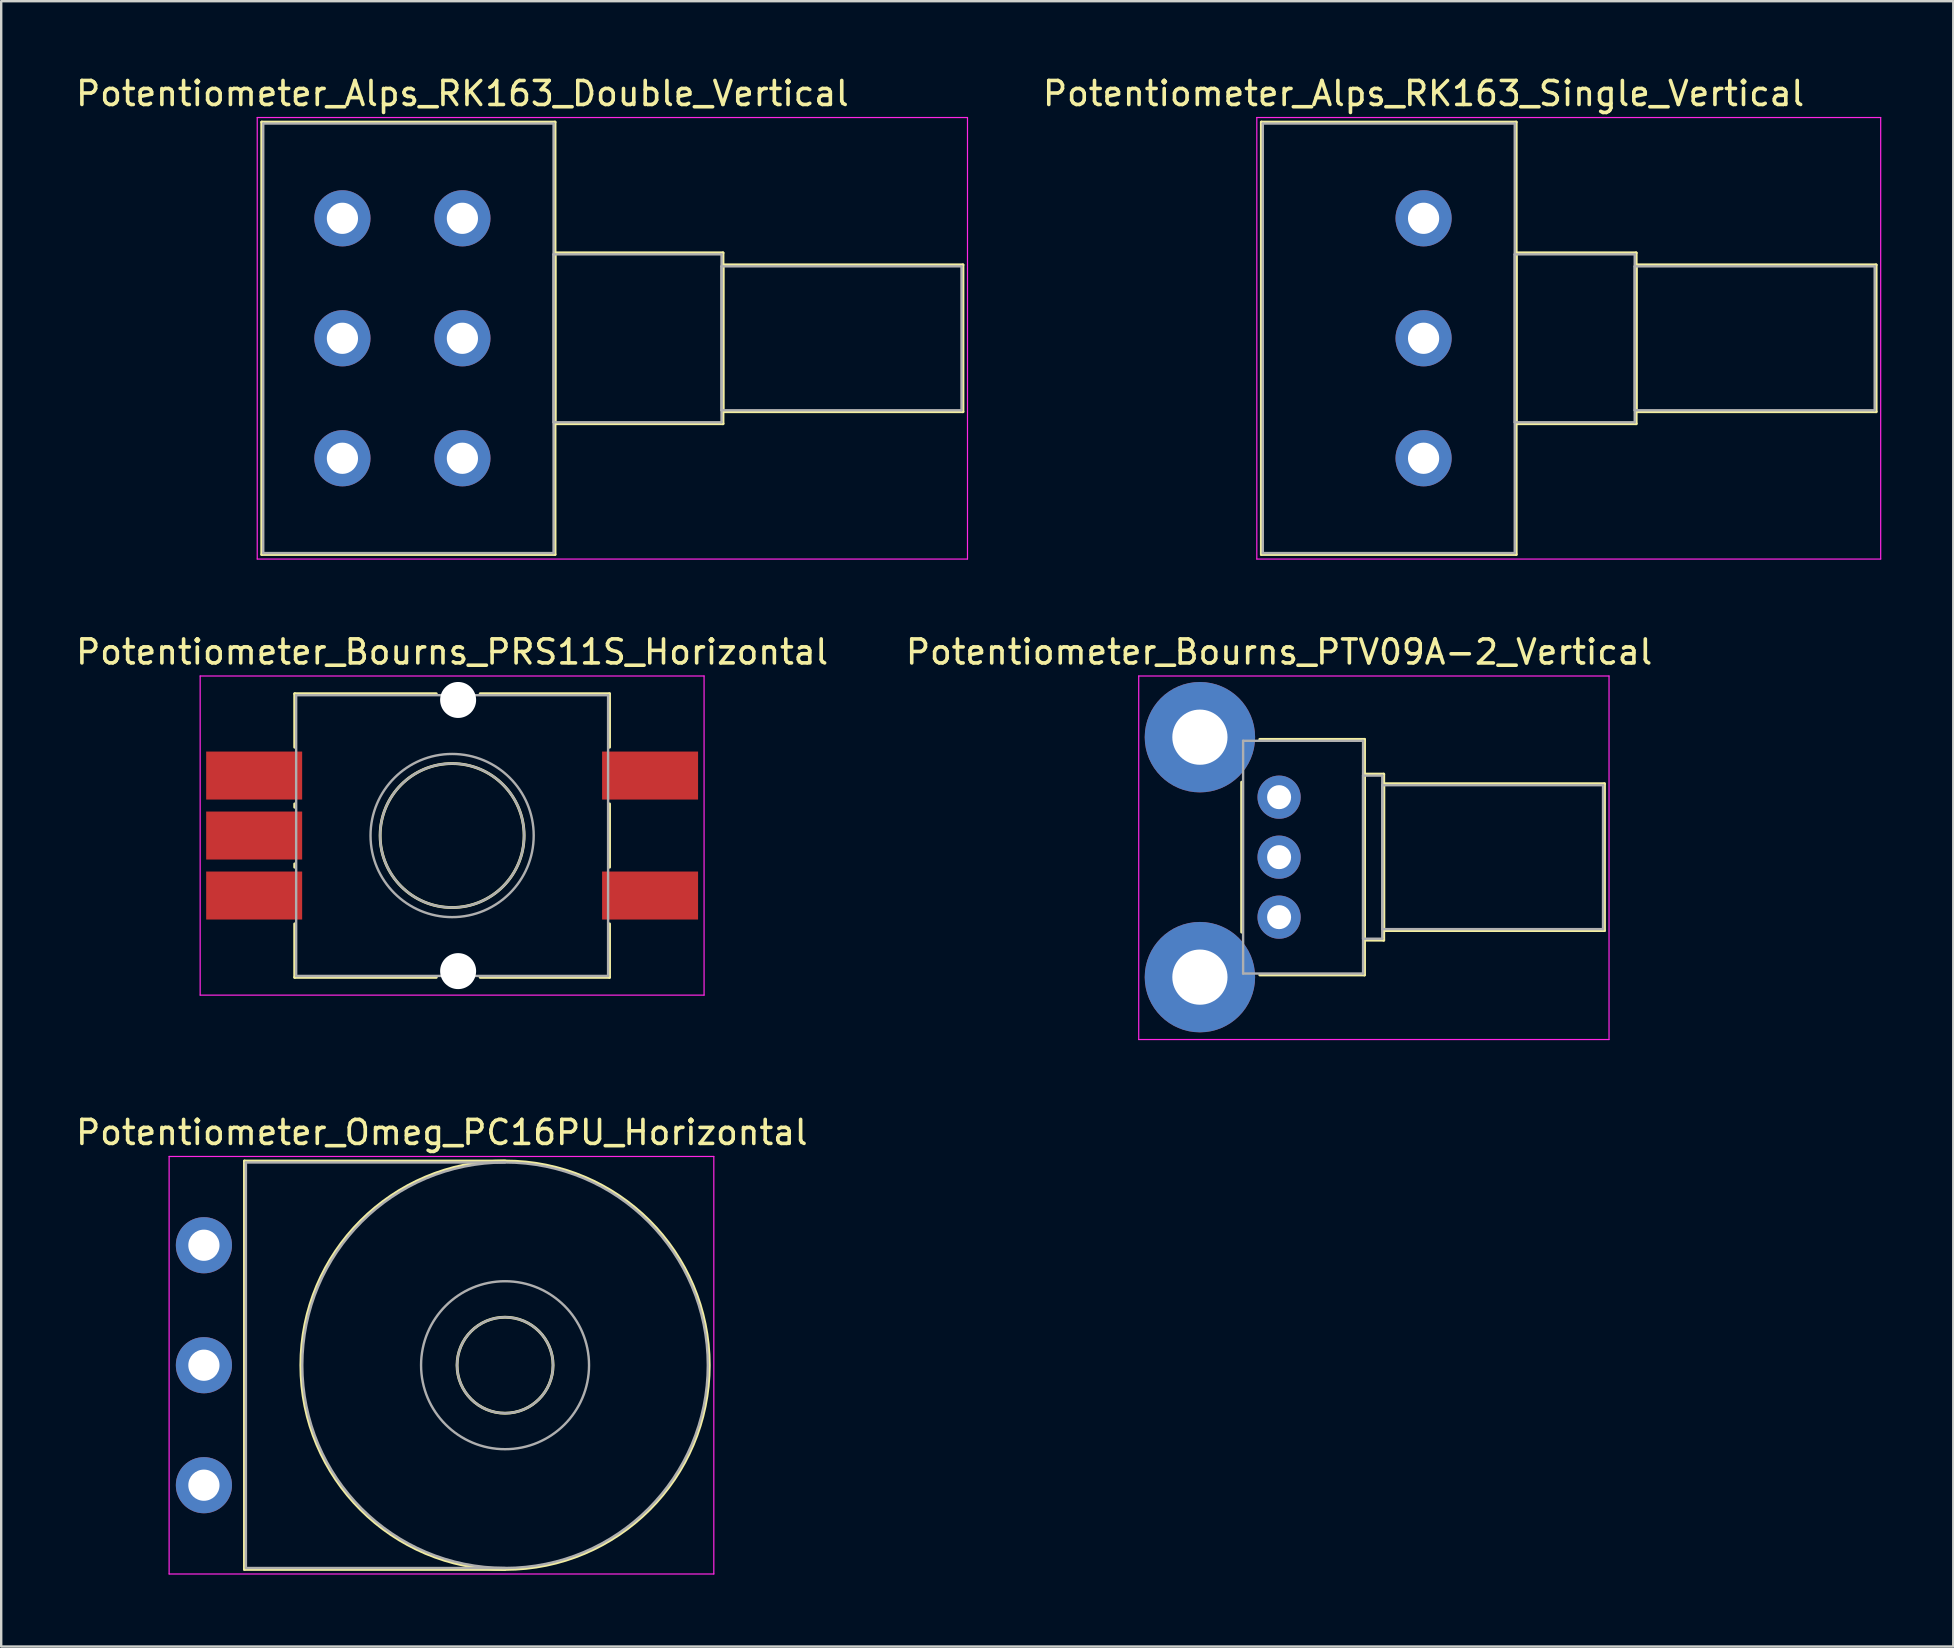
<source format=kicad_pcb>
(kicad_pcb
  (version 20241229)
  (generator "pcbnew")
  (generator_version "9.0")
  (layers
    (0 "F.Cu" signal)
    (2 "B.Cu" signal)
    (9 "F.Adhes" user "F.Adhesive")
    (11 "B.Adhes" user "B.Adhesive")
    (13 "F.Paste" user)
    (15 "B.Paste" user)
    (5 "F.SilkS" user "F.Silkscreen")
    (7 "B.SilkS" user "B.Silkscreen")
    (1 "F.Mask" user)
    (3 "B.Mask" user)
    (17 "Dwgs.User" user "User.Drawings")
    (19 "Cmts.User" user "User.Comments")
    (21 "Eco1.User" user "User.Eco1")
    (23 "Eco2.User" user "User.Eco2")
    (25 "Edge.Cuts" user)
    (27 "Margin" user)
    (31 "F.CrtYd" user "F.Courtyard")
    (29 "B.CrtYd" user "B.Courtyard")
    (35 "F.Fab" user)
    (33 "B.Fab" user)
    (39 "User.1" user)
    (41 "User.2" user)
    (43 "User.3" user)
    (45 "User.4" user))
  (footprint "Potentiometer_Omeg_PC16PU_Horizontal"
    (layer "F.Cu")
    (at 5.448 58.845)
    (property "Reference" "Potentiometer_Omeg_PC16PU_Horizontal" (at 9.915 -14.7 0) (layer "F.SilkS") (effects (font (size 1 1) (thickness 0.15))))
    (attr through_hole)
    (fp_line (start 1.69 -13.51) (end 1.69 3.51) (stroke (width 0.12) (type solid)) (layer "F.SilkS"))
    (fp_line (start 1.69 -13.51) (end 12.55 -13.51) (stroke (width 0.12) (type solid)) (layer "F.SilkS"))
    (fp_line (start 1.69 3.51) (end 12.55 3.51) (stroke (width 0.12) (type solid)) (layer "F.SilkS"))
    (fp_circle (center 12.55 -5) (end 14.55 -5) (stroke (width 0.12) (type solid)) (fill no) (layer "F.SilkS"))
    (fp_circle (center 12.55 -5) (end 21.06 -5) (stroke (width 0.12) (type solid)) (fill no) (layer "F.SilkS"))
    (fp_line (start -1.45 -13.7) (end -1.45 3.7) (stroke (width 0.05) (type solid)) (layer "F.CrtYd"))
    (fp_line (start -1.45 3.7) (end 21.25 3.7) (stroke (width 0.05) (type solid)) (layer "F.CrtYd"))
    (fp_line (start 21.25 -13.7) (end -1.45 -13.7) (stroke (width 0.05) (type solid)) (layer "F.CrtYd"))
    (fp_line (start 21.25 3.7) (end 21.25 -13.7) (stroke (width 0.05) (type solid)) (layer "F.CrtYd"))
    (fp_line (start 1.75 -13.45) (end 1.75 3.45) (stroke (width 0.1) (type solid)) (layer "F.Fab"))
    (fp_line (start 1.75 3.45) (end 12.55 3.45) (stroke (width 0.1) (type solid)) (layer "F.Fab"))
    (fp_line (start 12.55 -13.45) (end 1.75 -13.45) (stroke (width 0.1) (type solid)) (layer "F.Fab"))
    (fp_circle (center 12.55 -5) (end 14.55 -5) (stroke (width 0.1) (type solid)) (fill no) (layer "F.Fab"))
    (fp_circle (center 12.55 -5) (end 16.05 -5) (stroke (width 0.1) (type solid)) (fill no) (layer "F.Fab"))
    (fp_circle (center 12.55 -5) (end 21 -5) (stroke (width 0.1) (type solid)) (fill no) (layer "F.Fab"))
    (pad "1" thru_hole circle (at 0 0) (size 2.34 2.34) (drill 1.3) (layers "*.Cu" "*.Mask"))
    (pad "2" thru_hole circle (at 0 -5) (size 2.34 2.34) (drill 1.3) (layers "*.Cu" "*.Mask"))
    (pad "3" thru_hole circle (at 0 -10) (size 2.34 2.34) (drill 1.3) (layers "*.Cu" "*.Mask")))
  (footprint "Potentiometer_Alps_RK163_Single_Vertical"
    (layer "F.Cu")
    (at 56.277 16.048)
    (property "Reference" "Potentiometer_Alps_RK163_Single_Vertical" (at 0 -15.2 0) (layer "F.SilkS") (effects (font (size 1 1) (thickness 0.15))))
    (attr through_hole)
    (fp_line (start -6.76 -14.01) (end -6.76 4.011) (stroke (width 0.12) (type solid)) (layer "F.SilkS"))
    (fp_line (start -6.76 -14.01) (end 3.86 -14.01) (stroke (width 0.12) (type solid)) (layer "F.SilkS"))
    (fp_line (start -6.76 4.011) (end 3.86 4.011) (stroke (width 0.12) (type solid)) (layer "F.SilkS"))
    (fp_line (start 3.86 -14.01) (end 3.86 4.011) (stroke (width 0.12) (type solid)) (layer "F.SilkS"))
    (fp_line (start 3.86 -8.56) (end 3.86 -1.44) (stroke (width 0.12) (type solid)) (layer "F.SilkS"))
    (fp_line (start 3.86 -8.56) (end 8.86 -8.56) (stroke (width 0.12) (type solid)) (layer "F.SilkS"))
    (fp_line (start 3.86 -1.44) (end 8.86 -1.44) (stroke (width 0.12) (type solid)) (layer "F.SilkS"))
    (fp_line (start 8.86 -8.56) (end 8.86 -1.44) (stroke (width 0.12) (type solid)) (layer "F.SilkS"))
    (fp_line (start 8.86 -8.06) (end 8.86 -1.94) (stroke (width 0.12) (type solid)) (layer "F.SilkS"))
    (fp_line (start 8.86 -8.06) (end 18.86 -8.06) (stroke (width 0.12) (type solid)) (layer "F.SilkS"))
    (fp_line (start 8.86 -1.94) (end 18.86 -1.94) (stroke (width 0.12) (type solid)) (layer "F.SilkS"))
    (fp_line (start 18.86 -8.06) (end 18.86 -1.94) (stroke (width 0.12) (type solid)) (layer "F.SilkS"))
    (fp_line (start -6.95 -14.2) (end -6.95 4.2) (stroke (width 0.05) (type solid)) (layer "F.CrtYd"))
    (fp_line (start -6.95 4.2) (end 19.05 4.2) (stroke (width 0.05) (type solid)) (layer "F.CrtYd"))
    (fp_line (start 19.05 -14.2) (end -6.95 -14.2) (stroke (width 0.05) (type solid)) (layer "F.CrtYd"))
    (fp_line (start 19.05 4.2) (end 19.05 -14.2) (stroke (width 0.05) (type solid)) (layer "F.CrtYd"))
    (fp_line (start -6.7 -13.95) (end -6.7 3.95) (stroke (width 0.1) (type solid)) (layer "F.Fab"))
    (fp_line (start -6.7 3.95) (end 3.8 3.95) (stroke (width 0.1) (type solid)) (layer "F.Fab"))
    (fp_line (start 3.8 -13.95) (end -6.7 -13.95) (stroke (width 0.1) (type solid)) (layer "F.Fab"))
    (fp_line (start 3.8 -8.5) (end 3.8 -1.5) (stroke (width 0.1) (type solid)) (layer "F.Fab"))
    (fp_line (start 3.8 -1.5) (end 8.8 -1.5) (stroke (width 0.1) (type solid)) (layer "F.Fab"))
    (fp_line (start 3.8 3.95) (end 3.8 -13.95) (stroke (width 0.1) (type solid)) (layer "F.Fab"))
    (fp_line (start 8.8 -8.5) (end 3.8 -8.5) (stroke (width 0.1) (type solid)) (layer "F.Fab"))
    (fp_line (start 8.8 -8) (end 8.8 -2) (stroke (width 0.1) (type solid)) (layer "F.Fab"))
    (fp_line (start 8.8 -2) (end 18.8 -2) (stroke (width 0.1) (type solid)) (layer "F.Fab"))
    (fp_line (start 8.8 -1.5) (end 8.8 -8.5) (stroke (width 0.1) (type solid)) (layer "F.Fab"))
    (fp_line (start 18.8 -8) (end 8.8 -8) (stroke (width 0.1) (type solid)) (layer "F.Fab"))
    (fp_line (start 18.8 -2) (end 18.8 -8) (stroke (width 0.1) (type solid)) (layer "F.Fab"))
    (pad "1" thru_hole circle (at 0 0) (size 2.34 2.34) (drill 1.3) (layers "*.Cu" "*.Mask"))
    (pad "2" thru_hole circle (at 0 -5) (size 2.34 2.34) (drill 1.3) (layers "*.Cu" "*.Mask"))
    (pad "3" thru_hole circle (at 0 -10) (size 2.34 2.34) (drill 1.3) (layers "*.Cu" "*.Mask")))
  (footprint "Potentiometer_Alps_RK163_Double_Vertical"
    (layer "F.Cu")
    (at 16.22 16.048)
    (property "Reference" "Potentiometer_Alps_RK163_Double_Vertical" (at 0 -15.2 0) (layer "F.SilkS") (effects (font (size 1 1) (thickness 0.15))))
    (attr through_hole)
    (fp_line (start -8.361 -14.01) (end -8.361 4.011) (stroke (width 0.12) (type solid)) (layer "F.SilkS"))
    (fp_line (start -8.361 -14.01) (end 3.86 -14.01) (stroke (width 0.12) (type solid)) (layer "F.SilkS"))
    (fp_line (start -8.361 4.011) (end 3.86 4.011) (stroke (width 0.12) (type solid)) (layer "F.SilkS"))
    (fp_line (start 3.86 -14.01) (end 3.86 4.011) (stroke (width 0.12) (type solid)) (layer "F.SilkS"))
    (fp_line (start 3.86 -8.56) (end 3.86 -1.44) (stroke (width 0.12) (type solid)) (layer "F.SilkS"))
    (fp_line (start 3.86 -8.56) (end 10.86 -8.56) (stroke (width 0.12) (type solid)) (layer "F.SilkS"))
    (fp_line (start 3.86 -1.44) (end 10.86 -1.44) (stroke (width 0.12) (type solid)) (layer "F.SilkS"))
    (fp_line (start 10.86 -8.56) (end 10.86 -1.44) (stroke (width 0.12) (type solid)) (layer "F.SilkS"))
    (fp_line (start 10.86 -8.06) (end 10.86 -1.94) (stroke (width 0.12) (type solid)) (layer "F.SilkS"))
    (fp_line (start 10.86 -8.06) (end 20.86 -8.06) (stroke (width 0.12) (type solid)) (layer "F.SilkS"))
    (fp_line (start 10.86 -1.94) (end 20.86 -1.94) (stroke (width 0.12) (type solid)) (layer "F.SilkS"))
    (fp_line (start 20.86 -8.06) (end 20.86 -1.94) (stroke (width 0.12) (type solid)) (layer "F.SilkS"))
    (fp_line (start -8.55 -14.2) (end -8.55 4.2) (stroke (width 0.05) (type solid)) (layer "F.CrtYd"))
    (fp_line (start -8.55 4.2) (end 21.05 4.2) (stroke (width 0.05) (type solid)) (layer "F.CrtYd"))
    (fp_line (start 21.05 -14.2) (end -8.55 -14.2) (stroke (width 0.05) (type solid)) (layer "F.CrtYd"))
    (fp_line (start 21.05 4.2) (end 21.05 -14.2) (stroke (width 0.05) (type solid)) (layer "F.CrtYd"))
    (fp_line (start -8.3 -13.95) (end -8.3 3.95) (stroke (width 0.1) (type solid)) (layer "F.Fab"))
    (fp_line (start -8.3 3.95) (end 3.8 3.95) (stroke (width 0.1) (type solid)) (layer "F.Fab"))
    (fp_line (start 3.8 -13.95) (end -8.3 -13.95) (stroke (width 0.1) (type solid)) (layer "F.Fab"))
    (fp_line (start 3.8 -8.5) (end 3.8 -1.5) (stroke (width 0.1) (type solid)) (layer "F.Fab"))
    (fp_line (start 3.8 -1.5) (end 10.8 -1.5) (stroke (width 0.1) (type solid)) (layer "F.Fab"))
    (fp_line (start 3.8 3.95) (end 3.8 -13.95) (stroke (width 0.1) (type solid)) (layer "F.Fab"))
    (fp_line (start 10.8 -8.5) (end 3.8 -8.5) (stroke (width 0.1) (type solid)) (layer "F.Fab"))
    (fp_line (start 10.8 -8) (end 10.8 -2) (stroke (width 0.1) (type solid)) (layer "F.Fab"))
    (fp_line (start 10.8 -2) (end 20.8 -2) (stroke (width 0.1) (type solid)) (layer "F.Fab"))
    (fp_line (start 10.8 -1.5) (end 10.8 -8.5) (stroke (width 0.1) (type solid)) (layer "F.Fab"))
    (fp_line (start 20.8 -8) (end 10.8 -8) (stroke (width 0.1) (type solid)) (layer "F.Fab"))
    (fp_line (start 20.8 -2) (end 20.8 -8) (stroke (width 0.1) (type solid)) (layer "F.Fab"))
    (pad "1" thru_hole circle (at 0 0) (size 2.34 2.34) (drill 1.3) (layers "*.Cu" "*.Mask"))
    (pad "2" thru_hole circle (at 0 -5) (size 2.34 2.34) (drill 1.3) (layers "*.Cu" "*.Mask"))
    (pad "3" thru_hole circle (at 0 -10) (size 2.34 2.34) (drill 1.3) (layers "*.Cu" "*.Mask"))
    (pad "4" thru_hole circle (at -5 0) (size 2.34 2.34) (drill 1.3) (layers "*.Cu" "*.Mask"))
    (pad "5" thru_hole circle (at -5 -5) (size 2.34 2.34) (drill 1.3) (layers "*.Cu" "*.Mask"))
    (pad "6" thru_hole circle (at -5 -10) (size 2.34 2.34) (drill 1.3) (layers "*.Cu" "*.Mask")))
  (footprint "Potentiometer_Bourns_PTV09A-2_Vertical"
    (layer "F.Cu")
    (at 50.256 35.172)
    (property "Reference" "Potentiometer_Bourns_PTV09A-2_Vertical" (at 0 -11.05 0) (layer "F.SilkS") (effects (font (size 1 1) (thickness 0.15))))
    (attr through_hole)
    (fp_line (start -1.56 -5.625) (end -1.56 0.625) (stroke (width 0.12) (type solid)) (layer "F.SilkS"))
    (fp_line (start -0.805 -7.41) (end 3.56 -7.41) (stroke (width 0.12) (type solid)) (layer "F.SilkS"))
    (fp_line (start -0.805 2.41) (end 3.56 2.41) (stroke (width 0.12) (type solid)) (layer "F.SilkS"))
    (fp_line (start 3.56 -7.41) (end 3.56 2.41) (stroke (width 0.12) (type solid)) (layer "F.SilkS"))
    (fp_line (start 3.56 -5.96) (end 3.56 0.96) (stroke (width 0.12) (type solid)) (layer "F.SilkS"))
    (fp_line (start 3.56 -5.96) (end 4.36 -5.96) (stroke (width 0.12) (type solid)) (layer "F.SilkS"))
    (fp_line (start 3.56 0.96) (end 4.36 0.96) (stroke (width 0.12) (type solid)) (layer "F.SilkS"))
    (fp_line (start 4.36 -5.96) (end 4.36 0.96) (stroke (width 0.12) (type solid)) (layer "F.SilkS"))
    (fp_line (start 4.36 -5.56) (end 4.36 0.56) (stroke (width 0.12) (type solid)) (layer "F.SilkS"))
    (fp_line (start 4.36 -5.56) (end 13.56 -5.56) (stroke (width 0.12) (type solid)) (layer "F.SilkS"))
    (fp_line (start 4.36 0.56) (end 13.56 0.56) (stroke (width 0.12) (type solid)) (layer "F.SilkS"))
    (fp_line (start 13.56 -5.56) (end 13.56 0.56) (stroke (width 0.12) (type solid)) (layer "F.SilkS"))
    (fp_line (start -5.85 -10.05) (end -5.85 5.1) (stroke (width 0.05) (type solid)) (layer "F.CrtYd"))
    (fp_line (start -5.85 5.1) (end 13.75 5.1) (stroke (width 0.05) (type solid)) (layer "F.CrtYd"))
    (fp_line (start 13.75 -10.05) (end -5.85 -10.05) (stroke (width 0.05) (type solid)) (layer "F.CrtYd"))
    (fp_line (start 13.75 5.1) (end 13.75 -10.05) (stroke (width 0.05) (type solid)) (layer "F.CrtYd"))
    (fp_line (start -1.5 -7.35) (end -1.5 2.35) (stroke (width 0.1) (type solid)) (layer "F.Fab"))
    (fp_line (start -1.5 2.35) (end 3.5 2.35) (stroke (width 0.1) (type solid)) (layer "F.Fab"))
    (fp_line (start 3.5 -7.35) (end -1.5 -7.35) (stroke (width 0.1) (type solid)) (layer "F.Fab"))
    (fp_line (start 3.5 -5.9) (end 3.5 0.9) (stroke (width 0.1) (type solid)) (layer "F.Fab"))
    (fp_line (start 3.5 0.9) (end 4.3 0.9) (stroke (width 0.1) (type solid)) (layer "F.Fab"))
    (fp_line (start 3.5 2.35) (end 3.5 -7.35) (stroke (width 0.1) (type solid)) (layer "F.Fab"))
    (fp_line (start 4.3 -5.9) (end 3.5 -5.9) (stroke (width 0.1) (type solid)) (layer "F.Fab"))
    (fp_line (start 4.3 -5.5) (end 4.3 0.5) (stroke (width 0.1) (type solid)) (layer "F.Fab"))
    (fp_line (start 4.3 0.5) (end 13.5 0.5) (stroke (width 0.1) (type solid)) (layer "F.Fab"))
    (fp_line (start 4.3 0.9) (end 4.3 -5.9) (stroke (width 0.1) (type solid)) (layer "F.Fab"))
    (fp_line (start 13.5 -5.5) (end 4.3 -5.5) (stroke (width 0.1) (type solid)) (layer "F.Fab"))
    (fp_line (start 13.5 0.5) (end 13.5 -5.5) (stroke (width 0.1) (type solid)) (layer "F.Fab"))
    (pad "0" thru_hole circle (at -3.3 -7.5) (size 4.6 4.6) (drill 2.3) (layers "*.Cu" "*.Mask"))
    (pad "0" thru_hole circle (at -3.3 2.5) (size 4.6 4.6) (drill 2.3) (layers "*.Cu" "*.Mask"))
    (pad "1" thru_hole circle (at 0 0) (size 1.8 1.8) (drill 1) (layers "*.Cu" "*.Mask"))
    (pad "2" thru_hole circle (at 0 -2.5) (size 1.8 1.8) (drill 1) (layers "*.Cu" "*.Mask"))
    (pad "3" thru_hole circle (at 0 -5) (size 1.8 1.8) (drill 1) (layers "*.Cu" "*.Mask")))
  (footprint "Potentiometer_Bourns_PRS11S_Horizontal"
    (layer "F.Cu")
    (at 15.792 31.771)
    (property "Reference" "Potentiometer_Bourns_PRS11S_Horizontal" (at 0 -7.65 0) (layer "F.SilkS") (effects (font (size 1 1) (thickness 0.15))))
    (attr smd)
    (fp_line (start -6.56 -5.91) (end -6.56 -3.68) (stroke (width 0.12) (type solid)) (layer "F.SilkS"))
    (fp_line (start -6.56 -5.91) (end -0.66 -5.91) (stroke (width 0.12) (type solid)) (layer "F.SilkS"))
    (fp_line (start -6.56 -1.32) (end -6.56 -1.18) (stroke (width 0.12) (type solid)) (layer "F.SilkS"))
    (fp_line (start -6.56 1.18) (end -6.56 1.32) (stroke (width 0.12) (type solid)) (layer "F.SilkS"))
    (fp_line (start -6.56 3.68) (end -6.56 5.91) (stroke (width 0.12) (type solid)) (layer "F.SilkS"))
    (fp_line (start -6.56 5.91) (end -0.66 5.91) (stroke (width 0.12) (type solid)) (layer "F.SilkS"))
    (fp_line (start 1.17 -5.91) (end 6.56 -5.91) (stroke (width 0.12) (type solid)) (layer "F.SilkS"))
    (fp_line (start 1.17 5.91) (end 6.56 5.91) (stroke (width 0.12) (type solid)) (layer "F.SilkS"))
    (fp_line (start 6.56 -5.91) (end 6.56 -3.68) (stroke (width 0.12) (type solid)) (layer "F.SilkS"))
    (fp_line (start 6.56 -1.32) (end 6.56 1.32) (stroke (width 0.12) (type solid)) (layer "F.SilkS"))
    (fp_line (start 6.56 3.68) (end 6.56 5.91) (stroke (width 0.12) (type solid)) (layer "F.SilkS"))
    (fp_circle (center 0 0) (end 3 0) (stroke (width 0.12) (type solid)) (fill no) (layer "F.SilkS"))
    (fp_line (start -10.5 -6.65) (end -10.5 6.65) (stroke (width 0.05) (type solid)) (layer "F.CrtYd"))
    (fp_line (start -10.5 6.65) (end 10.5 6.65) (stroke (width 0.05) (type solid)) (layer "F.CrtYd"))
    (fp_line (start 10.5 -6.65) (end -10.5 -6.65) (stroke (width 0.05) (type solid)) (layer "F.CrtYd"))
    (fp_line (start 10.5 6.65) (end 10.5 -6.65) (stroke (width 0.05) (type solid)) (layer "F.CrtYd"))
    (fp_line (start -6.5 -5.85) (end -6.5 5.85) (stroke (width 0.1) (type solid)) (layer "F.Fab"))
    (fp_line (start -6.5 5.85) (end 6.5 5.85) (stroke (width 0.1) (type solid)) (layer "F.Fab"))
    (fp_line (start 6.5 -5.85) (end -6.5 -5.85) (stroke (width 0.1) (type solid)) (layer "F.Fab"))
    (fp_line (start 6.5 5.85) (end 6.5 -5.85) (stroke (width 0.1) (type solid)) (layer "F.Fab"))
    (fp_circle (center 0 0) (end 3 0) (stroke (width 0.1) (type solid)) (fill no) (layer "F.Fab"))
    (fp_circle (center 0 0) (end 3.4 0) (stroke (width 0.1) (type solid)) (fill no) (layer "F.Fab"))
    (pad "" np_thru_hole circle (at 0.25 -5.65) (size 1.5 1.5) (drill 1.5) (layers "*.Cu" "*.Mask"))
    (pad "" np_thru_hole circle (at 0.25 5.65) (size 1.5 1.5) (drill 1.5) (layers "*.Cu" "*.Mask"))
    (pad "1" smd rect (at -8.25 2.5) (size 4 2) (layers "F.Cu" "F.Mask"))
    (pad "2" smd rect (at -8.25 0) (size 4 2) (layers "F.Cu" "F.Mask"))
    (pad "3" smd rect (at -8.25 -2.5) (size 4 2) (layers "F.Cu" "F.Mask"))
    (pad "4" smd rect (at 8.25 2.5) (size 4 2) (layers "F.Cu" "F.Mask"))
    (pad "5" smd rect (at 8.25 -2.5) (size 4 2) (layers "F.Cu" "F.Mask")))
  (gr_rect
    (start -3 -3)
    (end 78.352 65.57)
    (stroke (width 0.1) (type default))
    (fill no)
    (layer "Edge.Cuts")))
</source>
